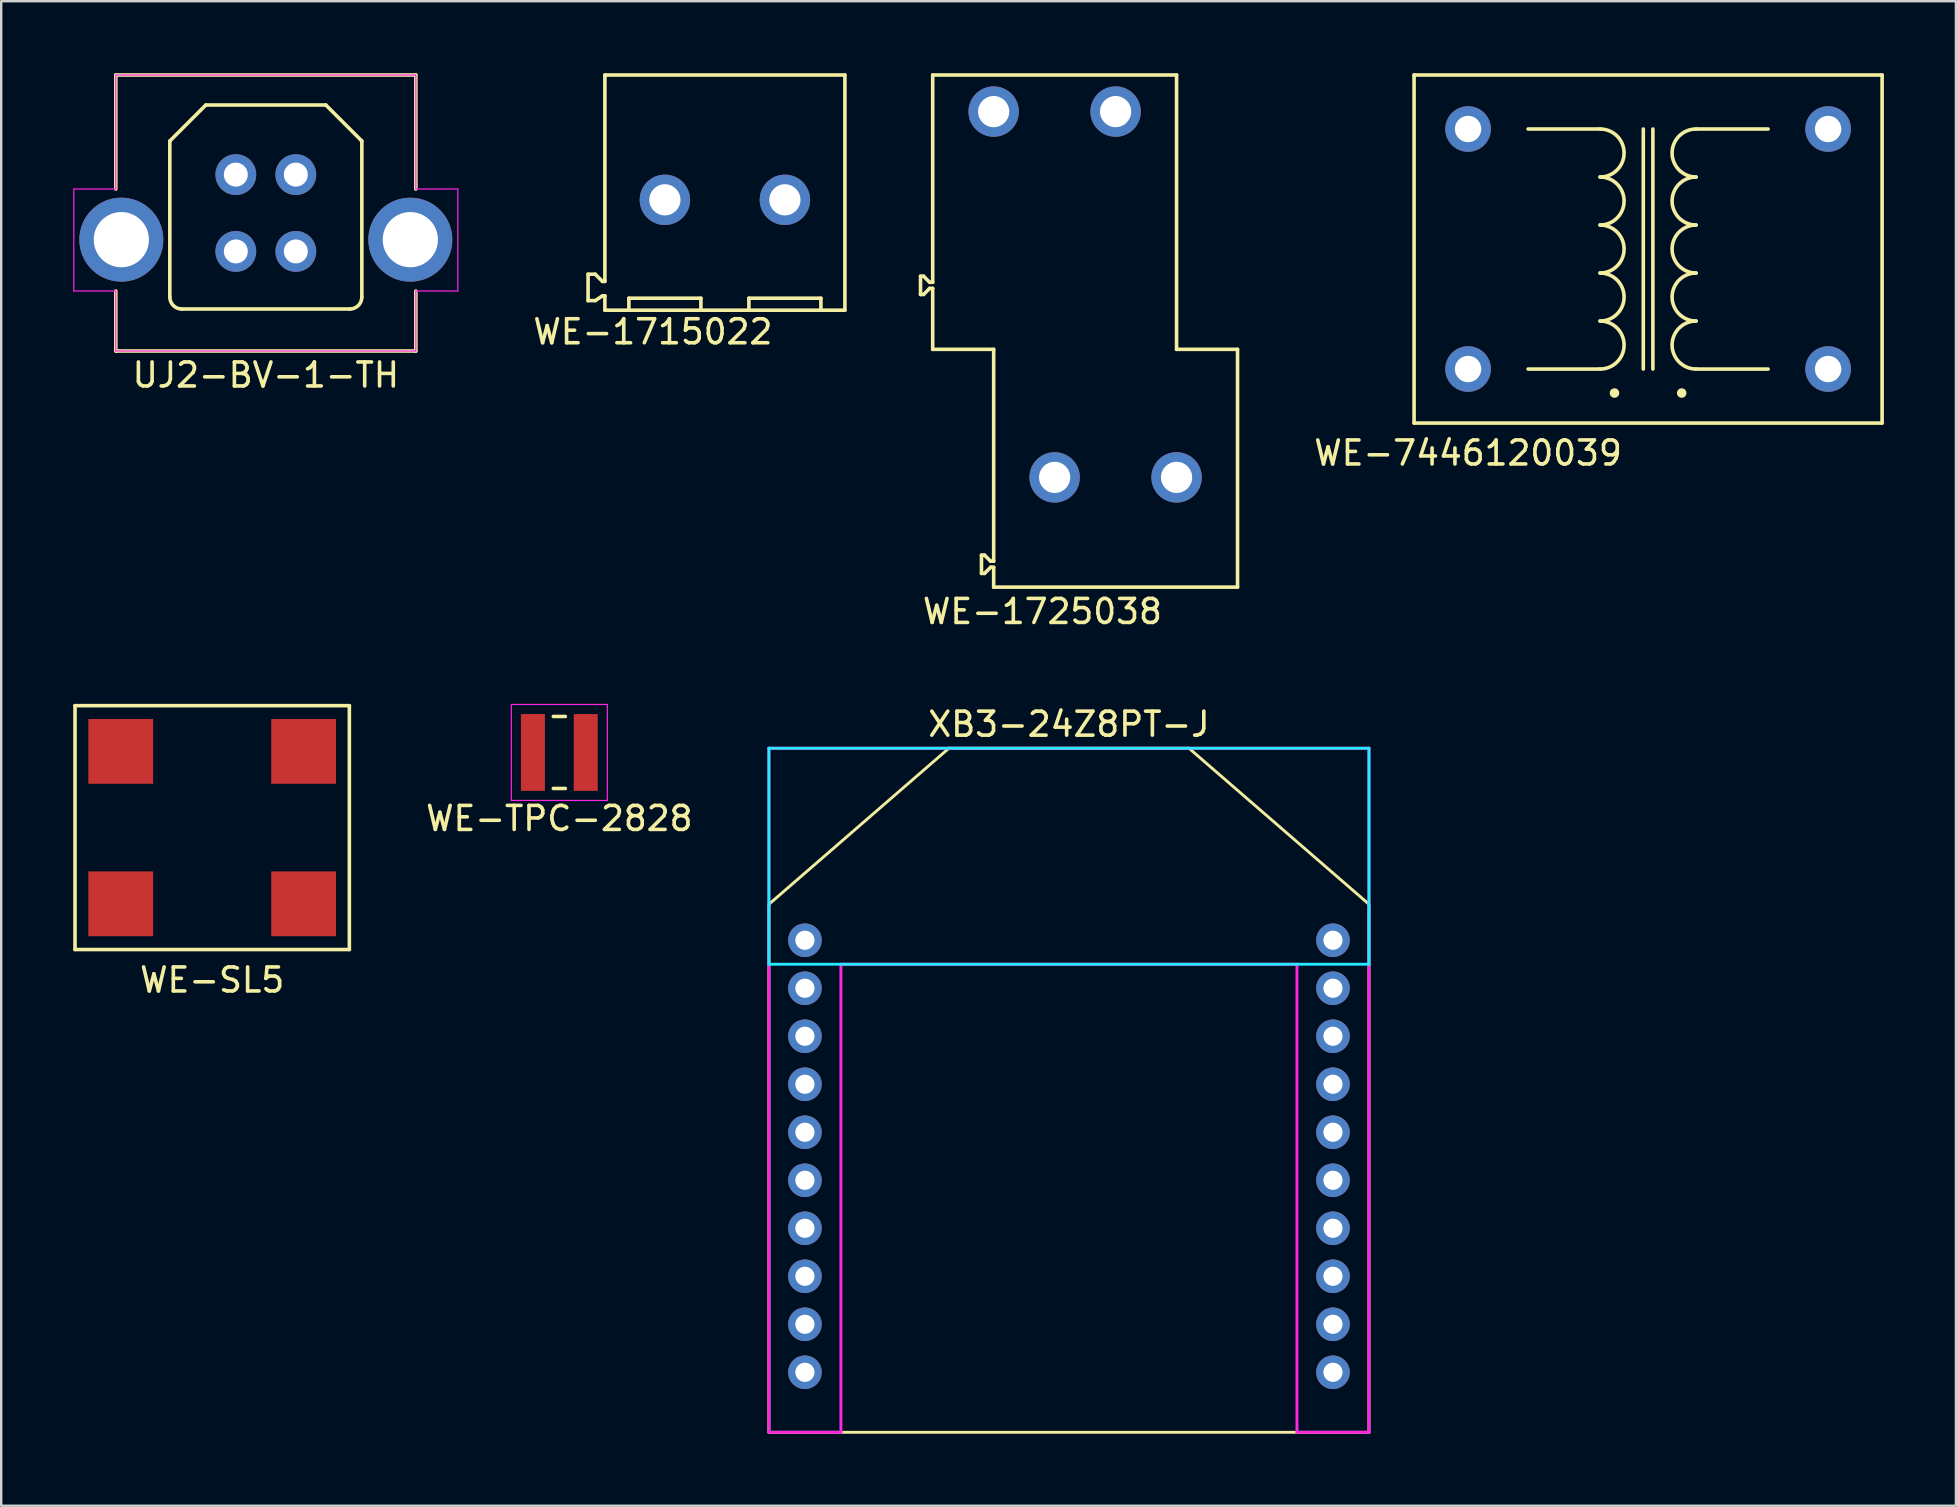
<source format=kicad_pcb>
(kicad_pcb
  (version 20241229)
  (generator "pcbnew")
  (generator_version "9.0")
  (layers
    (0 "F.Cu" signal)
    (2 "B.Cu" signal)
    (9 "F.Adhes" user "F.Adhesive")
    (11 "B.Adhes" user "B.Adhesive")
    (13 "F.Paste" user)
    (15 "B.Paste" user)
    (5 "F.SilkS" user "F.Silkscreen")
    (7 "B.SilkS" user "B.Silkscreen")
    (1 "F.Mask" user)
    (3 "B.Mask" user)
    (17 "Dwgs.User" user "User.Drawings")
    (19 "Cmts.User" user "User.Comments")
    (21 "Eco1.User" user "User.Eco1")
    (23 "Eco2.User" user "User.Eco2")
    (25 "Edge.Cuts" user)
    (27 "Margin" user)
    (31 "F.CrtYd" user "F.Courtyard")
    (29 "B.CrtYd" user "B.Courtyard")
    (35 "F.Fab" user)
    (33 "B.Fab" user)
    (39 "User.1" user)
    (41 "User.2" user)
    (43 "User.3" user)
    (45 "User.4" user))
  (footprint "UJ2-BV-1-TH"
    (layer "F.Cu")
    (at 8.025 5.825)
    (property "Reference" "UJ2-BV-1-TH" (at 0 6.75 0) (layer "F.SilkS") (effects (font (size 1 1) (thickness 0.15))))
    (attr through_hole)
    (fp_line (start -6.25 -5.75) (end 6.25 -5.75) (stroke (width 0.15) (type solid)) (layer "F.SilkS"))
    (fp_line (start -6.25 -1) (end -6.25 -5.75) (stroke (width 0.15) (type solid)) (layer "F.SilkS"))
    (fp_line (start -6.25 3.25) (end -6.25 5.75) (stroke (width 0.15) (type solid)) (layer "F.SilkS"))
    (fp_line (start -6.25 5.75) (end 6.25 5.75) (stroke (width 0.15) (type solid)) (layer "F.SilkS"))
    (fp_line (start -4 -3) (end -2.5 -4.5) (stroke (width 0.15) (type solid)) (layer "F.SilkS"))
    (fp_line (start -4 3.5) (end -4 -3) (stroke (width 0.15) (type solid)) (layer "F.SilkS"))
    (fp_line (start -2.5 -4.5) (end 2.5 -4.5) (stroke (width 0.15) (type solid)) (layer "F.SilkS"))
    (fp_line (start 2.5 -4.5) (end 4 -3) (stroke (width 0.15) (type solid)) (layer "F.SilkS"))
    (fp_line (start 3.5 4) (end -3.5 4) (stroke (width 0.15) (type solid)) (layer "F.SilkS"))
    (fp_line (start 4 -3) (end 4 3.5) (stroke (width 0.15) (type solid)) (layer "F.SilkS"))
    (fp_line (start 6.25 -5.75) (end 6.25 -1) (stroke (width 0.15) (type solid)) (layer "F.SilkS"))
    (fp_line (start 6.25 5.75) (end 6.25 3.25) (stroke (width 0.15) (type solid)) (layer "F.SilkS"))
    (fp_arc (start -3.5 4) (mid -3.853553 3.853553) (end -4 3.5) (stroke (width 0.15) (type solid)) (layer "F.SilkS"))
    (fp_arc (start 4 3.5) (mid 3.853553 3.853553) (end 3.5 4) (stroke (width 0.15) (type solid)) (layer "F.SilkS"))
    (fp_line (start -8 -1) (end -8 3.25) (stroke (width 0.05) (type solid)) (layer "F.CrtYd"))
    (fp_line (start -8 3.25) (end -6.25 3.25) (stroke (width 0.05) (type solid)) (layer "F.CrtYd"))
    (fp_line (start -6.25 -5.75) (end -6.25 -1) (stroke (width 0.05) (type solid)) (layer "F.CrtYd"))
    (fp_line (start -6.25 -1) (end -8 -1) (stroke (width 0.05) (type solid)) (layer "F.CrtYd"))
    (fp_line (start -6.25 3.25) (end -6.25 5.75) (stroke (width 0.05) (type solid)) (layer "F.CrtYd"))
    (fp_line (start -6.25 5.75) (end 6.25 5.75) (stroke (width 0.05) (type solid)) (layer "F.CrtYd"))
    (fp_line (start 6.25 -5.75) (end -6.25 -5.75) (stroke (width 0.05) (type solid)) (layer "F.CrtYd"))
    (fp_line (start 6.25 -1) (end 6.25 -5.75) (stroke (width 0.05) (type solid)) (layer "F.CrtYd"))
    (fp_line (start 6.25 3.25) (end 8 3.25) (stroke (width 0.05) (type solid)) (layer "F.CrtYd"))
    (fp_line (start 6.25 5.75) (end 6.25 3.25) (stroke (width 0.05) (type solid)) (layer "F.CrtYd"))
    (fp_line (start 8 -1) (end 6.25 -1) (stroke (width 0.05) (type solid)) (layer "F.CrtYd"))
    (fp_line (start 8 3.25) (end 8 -1) (stroke (width 0.05) (type solid)) (layer "F.CrtYd"))
    (pad "1" thru_hole circle (at 1.25 -1.6) (size 1.7 1.7) (drill 1) (layers "*.Cu" "*.Mask"))
    (pad "2" thru_hole circle (at -1.25 -1.6) (size 1.7 1.7) (drill 1) (layers "*.Cu" "*.Mask"))
    (pad "3" thru_hole circle (at -1.25 1.6) (size 1.7 1.7) (drill 1) (layers "*.Cu" "*.Mask"))
    (pad "4" thru_hole circle (at 1.25 1.6) (size 1.7 1.7) (drill 1) (layers "*.Cu" "*.Mask"))
    (pad "5" thru_hole circle (at -6.02 1.11) (size 3.5 3.5) (drill 2.3) (layers "*.Cu" "*.Mask"))
    (pad "5" thru_hole circle (at 6.02 1.11) (size 3.5 3.5) (drill 2.3) (layers "*.Cu" "*.Mask")))
  (footprint "WE-SL5"
    (layer "F.Cu")
    (at 5.79 31.43)
    (property "Reference" "WE-SL5" (at 0 6.35 0) (layer "F.SilkS") (effects (font (size 1 1) (thickness 0.15))))
    (attr through_hole)
    (fp_line (start -5.715 -5.08) (end 5.715 -5.08) (stroke (width 0.15) (type solid)) (layer "F.SilkS"))
    (fp_line (start -5.715 5.08) (end -5.715 -5.08) (stroke (width 0.15) (type solid)) (layer "F.SilkS"))
    (fp_line (start 5.715 -5.08) (end 5.715 5.08) (stroke (width 0.15) (type solid)) (layer "F.SilkS"))
    (fp_line (start 5.715 5.08) (end -5.715 5.08) (stroke (width 0.15) (type solid)) (layer "F.SilkS"))
    (pad "1" smd rect (at 3.81 -3.175) (size 2.7 2.7) (layers "F.Cu" "F.Mask" "F.Paste"))
    (pad "2" smd rect (at -3.81 -3.175) (size 2.7 2.7) (layers "F.Cu" "F.Mask" "F.Paste"))
    (pad "3" smd rect (at 3.81 3.175) (size 2.7 2.7) (layers "F.Cu" "F.Mask" "F.Paste"))
    (pad "4" smd rect (at -3.81 3.175) (size 2.7 2.7) (layers "F.Cu" "F.Mask" "F.Paste")))
  (footprint "WE-1725038"
    (layer "F.Cu")
    (at 38.349 1.599)
    (property "Reference" "WE-1725038" (at 2.032 20.828 0) (layer "F.SilkS") (effects (font (size 1 1) (thickness 0.15))))
    (attr through_hole)
    (fp_line (start -3.048 6.858) (end -3.048 7.62) (stroke (width 0.15) (type solid)) (layer "F.SilkS"))
    (fp_line (start -3.048 6.858) (end -2.921 6.858) (stroke (width 0.15) (type solid)) (layer "F.SilkS"))
    (fp_line (start -3.048 7.62) (end -2.921 7.62) (stroke (width 0.15) (type solid)) (layer "F.SilkS"))
    (fp_line (start -2.921 6.858) (end -2.667 7.112) (stroke (width 0.15) (type solid)) (layer "F.SilkS"))
    (fp_line (start -2.921 7.62) (end -2.667 7.366) (stroke (width 0.15) (type solid)) (layer "F.SilkS"))
    (fp_line (start -2.667 7.112) (end -2.54 7.112) (stroke (width 0.15) (type solid)) (layer "F.SilkS"))
    (fp_line (start -2.667 7.366) (end -2.54 7.366) (stroke (width 0.15) (type solid)) (layer "F.SilkS"))
    (fp_line (start -2.54 -1.524) (end 7.62 -1.524) (stroke (width 0.15) (type solid)) (layer "F.SilkS"))
    (fp_line (start -2.54 7.112) (end -2.54 -1.524) (stroke (width 0.15) (type solid)) (layer "F.SilkS"))
    (fp_line (start -2.54 9.906) (end -2.54 7.366) (stroke (width 0.15) (type solid)) (layer "F.SilkS"))
    (fp_line (start -2.54 9.906) (end 0 9.906) (stroke (width 0.15) (type solid)) (layer "F.SilkS"))
    (fp_line (start -0.508 18.479) (end -0.508 19.241) (stroke (width 0.15) (type solid)) (layer "F.SilkS"))
    (fp_line (start -0.508 18.479) (end -0.381 18.479) (stroke (width 0.15) (type solid)) (layer "F.SilkS"))
    (fp_line (start -0.508 19.241) (end -0.381 19.241) (stroke (width 0.15) (type solid)) (layer "F.SilkS"))
    (fp_line (start -0.381 18.479) (end -0.127 18.733) (stroke (width 0.15) (type solid)) (layer "F.SilkS"))
    (fp_line (start -0.381 19.241) (end -0.127 18.986) (stroke (width 0.15) (type solid)) (layer "F.SilkS"))
    (fp_line (start -0.127 18.733) (end 0 18.733) (stroke (width 0.15) (type solid)) (layer "F.SilkS"))
    (fp_line (start -0.127 18.986) (end 0 18.986) (stroke (width 0.15) (type solid)) (layer "F.SilkS"))
    (fp_line (start 0 9.906) (end 0 18.733) (stroke (width 0.15) (type solid)) (layer "F.SilkS"))
    (fp_line (start 0 18.986) (end 0 19.812) (stroke (width 0.15) (type solid)) (layer "F.SilkS"))
    (fp_line (start 0 19.812) (end 10.16 19.812) (stroke (width 0.15) (type solid)) (layer "F.SilkS"))
    (fp_line (start 7.62 -1.524) (end 7.62 9.906) (stroke (width 0.15) (type solid)) (layer "F.SilkS"))
    (fp_line (start 7.62 9.906) (end 10.16 9.906) (stroke (width 0.15) (type solid)) (layer "F.SilkS"))
    (fp_line (start 10.16 9.906) (end 10.16 19.812) (stroke (width 0.15) (type solid)) (layer "F.SilkS"))
    (pad "1" thru_hole circle (at 0 0) (size 2.1 2.1) (drill 1.3) (layers "*.Cu" "*.Mask"))
    (pad "2" thru_hole circle (at 2.54 15.24) (size 2.1 2.1) (drill 1.3) (layers "*.Cu" "*.Mask"))
    (pad "3" thru_hole circle (at 5.08 0) (size 2.1 2.1) (drill 1.3) (layers "*.Cu" "*.Mask"))
    (pad "4" thru_hole circle (at 7.62 15.24) (size 2.1 2.1) (drill 1.3) (layers "*.Cu" "*.Mask")))
  (footprint "XB3-24Z8PT-J"
    (layer "F.Cu")
    (at 41.485 45.123)
    (property "Reference" "XB3-24Z8PT-J" (at 0 -18 0) (layer "F.SilkS") (effects (font (size 1 1) (thickness 0.15))))
    (attr through_hole)
    (fp_line (start -12.5 -10.5) (end -12.5 11.5) (stroke (width 0.12) (type solid)) (layer "F.SilkS"))
    (fp_line (start -12.5 11.5) (end 12.5 11.5) (stroke (width 0.12) (type solid)) (layer "F.SilkS"))
    (fp_line (start -5 -17) (end -12.5 -10.5) (stroke (width 0.12) (type solid)) (layer "F.SilkS"))
    (fp_line (start 5 -17) (end -5 -17) (stroke (width 0.12) (type solid)) (layer "F.SilkS"))
    (fp_line (start 5 -17) (end 12.5 -10.5) (stroke (width 0.12) (type solid)) (layer "F.SilkS"))
    (fp_line (start 12.5 11.5) (end 12.5 -10.5) (stroke (width 0.12) (type solid)) (layer "F.SilkS"))
    (fp_line (start -12.5 -17) (end 12.5 -17) (stroke (width 0.12) (type solid)) (layer "B.CrtYd"))
    (fp_line (start -12.5 -8) (end -12.5 -17) (stroke (width 0.12) (type solid)) (layer "B.CrtYd"))
    (fp_line (start 12.5 -17) (end 12.5 -8) (stroke (width 0.12) (type solid)) (layer "B.CrtYd"))
    (fp_line (start 12.5 -8) (end -12.5 -8) (stroke (width 0.12) (type solid)) (layer "B.CrtYd"))
    (fp_line (start -12.5 -17) (end -12.5 11.5) (stroke (width 0.12) (type solid)) (layer "F.CrtYd"))
    (fp_line (start -12.5 11.5) (end -9.5 11.5) (stroke (width 0.12) (type solid)) (layer "F.CrtYd"))
    (fp_line (start -9.5 -8) (end 9.5 -8) (stroke (width 0.12) (type solid)) (layer "F.CrtYd"))
    (fp_line (start -9.5 11.5) (end -9.5 -8) (stroke (width 0.12) (type solid)) (layer "F.CrtYd"))
    (fp_line (start 9.5 11.5) (end 9.5 -8) (stroke (width 0.12) (type solid)) (layer "F.CrtYd"))
    (fp_line (start 12.5 -17) (end -12.5 -17) (stroke (width 0.12) (type solid)) (layer "F.CrtYd"))
    (fp_line (start 12.5 11.5) (end 9.5 11.5) (stroke (width 0.12) (type solid)) (layer "F.CrtYd"))
    (fp_line (start 12.5 11.5) (end 12.5 -17) (stroke (width 0.12) (type solid)) (layer "F.CrtYd"))
    (pad "1" thru_hole circle (at -11 -9) (size 1.4 1.4) (drill 0.8) (layers "*.Cu" "*.Mask"))
    (pad "2" thru_hole circle (at -11 -7) (size 1.4 1.4) (drill 0.8) (layers "*.Cu" "*.Mask"))
    (pad "3" thru_hole circle (at -11 -5) (size 1.4 1.4) (drill 0.8) (layers "*.Cu" "*.Mask"))
    (pad "4" thru_hole circle (at -11 -3) (size 1.4 1.4) (drill 0.8) (layers "*.Cu" "*.Mask"))
    (pad "5" thru_hole circle (at -11 -1) (size 1.4 1.4) (drill 0.8) (layers "*.Cu" "*.Mask"))
    (pad "6" thru_hole circle (at -11 1) (size 1.4 1.4) (drill 0.8) (layers "*.Cu" "*.Mask"))
    (pad "7" thru_hole circle (at -11 3) (size 1.4 1.4) (drill 0.8) (layers "*.Cu" "*.Mask"))
    (pad "8" thru_hole circle (at -11 5) (size 1.4 1.4) (drill 0.8) (layers "*.Cu" "*.Mask"))
    (pad "9" thru_hole circle (at -11 7) (size 1.4 1.4) (drill 0.8) (layers "*.Cu" "*.Mask"))
    (pad "10" thru_hole circle (at -11 9) (size 1.4 1.4) (drill 0.8) (layers "*.Cu" "*.Mask"))
    (pad "11" thru_hole circle (at 11 9) (size 1.4 1.4) (drill 0.8) (layers "*.Cu" "*.Mask"))
    (pad "12" thru_hole circle (at 11 7) (size 1.4 1.4) (drill 0.8) (layers "*.Cu" "*.Mask"))
    (pad "13" thru_hole circle (at 11 5) (size 1.4 1.4) (drill 0.8) (layers "*.Cu" "*.Mask"))
    (pad "14" thru_hole circle (at 11 3) (size 1.4 1.4) (drill 0.8) (layers "*.Cu" "*.Mask"))
    (pad "15" thru_hole circle (at 11 1) (size 1.4 1.4) (drill 0.8) (layers "*.Cu" "*.Mask"))
    (pad "16" thru_hole circle (at 11 -1) (size 1.4 1.4) (drill 0.8) (layers "*.Cu" "*.Mask"))
    (pad "17" thru_hole circle (at 11 -3) (size 1.4 1.4) (drill 0.8) (layers "*.Cu" "*.Mask"))
    (pad "18" thru_hole circle (at 11 -5) (size 1.4 1.4) (drill 0.8) (layers "*.Cu" "*.Mask"))
    (pad "19" thru_hole circle (at 11 -7) (size 1.4 1.4) (drill 0.8) (layers "*.Cu" "*.Mask"))
    (pad "20" thru_hole circle (at 11 -9) (size 1.4 1.4) (drill 0.8) (layers "*.Cu" "*.Mask")))
  (footprint "WE-TPC-2828"
    (layer "F.Cu")
    (at 20.253 28.3)
    (property "Reference" "WE-TPC-2828" (at 0 2.75 0) (layer "F.SilkS") (effects (font (size 1 1) (thickness 0.15))))
    (attr through_hole)
    (fp_line (start -0.25 -1.5) (end 0.25 -1.5) (stroke (width 0.15) (type solid)) (layer "F.SilkS"))
    (fp_line (start -0.25 1.5) (end 0.25 1.5) (stroke (width 0.15) (type solid)) (layer "F.SilkS"))
    (fp_line (start -2 -2) (end 2 -2) (stroke (width 0.05) (type solid)) (layer "F.CrtYd"))
    (fp_line (start -2 2) (end -2 -2) (stroke (width 0.05) (type solid)) (layer "F.CrtYd"))
    (fp_line (start 2 -2) (end 2 2) (stroke (width 0.05) (type solid)) (layer "F.CrtYd"))
    (fp_line (start 2 2) (end -2 2) (stroke (width 0.05) (type solid)) (layer "F.CrtYd"))
    (pad "1" smd rect (at -1.1 0) (size 1 3.2) (layers "F.Cu" "F.Mask" "F.Paste"))
    (pad "2" smd rect (at 1.1 0) (size 1 3.2) (layers "F.Cu" "F.Mask" "F.Paste")))
  (footprint "WE-1715022"
    (layer "F.Cu")
    (at 24.651 5.275)
    (property "Reference" "WE-1715022" (at -0.5 5.5 0) (layer "F.SilkS") (effects (font (size 1 1) (thickness 0.15))))
    (attr through_hole)
    (fp_line (start -3.2 3.1) (end -2.9 3.1) (stroke (width 0.15) (type solid)) (layer "F.SilkS"))
    (fp_line (start -3.2 4.2) (end -3.2 3.1) (stroke (width 0.15) (type solid)) (layer "F.SilkS"))
    (fp_line (start -2.9 3.1) (end -2.6 3.4) (stroke (width 0.15) (type solid)) (layer "F.SilkS"))
    (fp_line (start -2.9 4.2) (end -3.2 4.2) (stroke (width 0.15) (type solid)) (layer "F.SilkS"))
    (fp_line (start -2.6 3.4) (end -2.5 3.4) (stroke (width 0.15) (type solid)) (layer "F.SilkS"))
    (fp_line (start -2.6 4) (end -2.9 4.2) (stroke (width 0.15) (type solid)) (layer "F.SilkS"))
    (fp_line (start -2.6 4) (end -2.5 4) (stroke (width 0.15) (type solid)) (layer "F.SilkS"))
    (fp_line (start -2.5 -5.2) (end -2.5 3.4) (stroke (width 0.15) (type solid)) (layer "F.SilkS"))
    (fp_line (start -2.5 4) (end -2.5 4.6) (stroke (width 0.15) (type solid)) (layer "F.SilkS"))
    (fp_line (start -2.5 4.6) (end 7.5 4.6) (stroke (width 0.15) (type solid)) (layer "F.SilkS"))
    (fp_line (start -1.5 4.1) (end 1.5 4.1) (stroke (width 0.15) (type solid)) (layer "F.SilkS"))
    (fp_line (start -1.5 4.6) (end -1.5 4.1) (stroke (width 0.15) (type solid)) (layer "F.SilkS"))
    (fp_line (start 1.5 4.1) (end 1.5 4.6) (stroke (width 0.15) (type solid)) (layer "F.SilkS"))
    (fp_line (start 3.5 4.1) (end 3.5 4.6) (stroke (width 0.15) (type solid)) (layer "F.SilkS"))
    (fp_line (start 6.5 4.1) (end 3.5 4.1) (stroke (width 0.15) (type solid)) (layer "F.SilkS"))
    (fp_line (start 6.5 4.6) (end 6.5 4.1) (stroke (width 0.15) (type solid)) (layer "F.SilkS"))
    (fp_line (start 7.5 -5.2) (end -2.5 -5.2) (stroke (width 0.15) (type solid)) (layer "F.SilkS"))
    (fp_line (start 7.5 4.6) (end 7.5 -5.2) (stroke (width 0.15) (type solid)) (layer "F.SilkS"))
    (pad "1" thru_hole circle (at 0 0) (size 2.1 2.1) (drill 1.3) (layers "*.Cu" "*.Mask"))
    (pad "2" thru_hole circle (at 5 0) (size 2.1 2.1) (drill 1.3) (layers "*.Cu" "*.Mask")))
  (footprint "WE-7446120039"
    (layer "F.Cu")
    (at 65.614 7.325)
    (property "Reference" "WE-7446120039" (at -7.5 8.5 0) (layer "F.SilkS") (effects (font (size 1 1) (thickness 0.15))))
    (attr through_hole)
    (fp_line (start -9.75 7.25) (end -9.75 -7.25) (stroke (width 0.15) (type solid)) (layer "F.SilkS"))
    (fp_line (start -9.75 7.25) (end 9.75 7.25) (stroke (width 0.15) (type solid)) (layer "F.SilkS"))
    (fp_line (start -2 -5) (end -5 -5) (stroke (width 0.15) (type solid)) (layer "F.SilkS"))
    (fp_line (start -2 5) (end -5 5) (stroke (width 0.15) (type solid)) (layer "F.SilkS"))
    (fp_line (start -0.2 -5) (end -0.2 5) (stroke (width 0.15) (type solid)) (layer "F.SilkS"))
    (fp_line (start 0.2 5) (end 0.2 -5) (stroke (width 0.15) (type solid)) (layer "F.SilkS"))
    (fp_line (start 2 -5) (end 5 -5) (stroke (width 0.15) (type solid)) (layer "F.SilkS"))
    (fp_line (start 2 5) (end 5 5) (stroke (width 0.15) (type solid)) (layer "F.SilkS"))
    (fp_line (start 9.75 -7.25) (end -9.75 -7.25) (stroke (width 0.15) (type solid)) (layer "F.SilkS"))
    (fp_line (start 9.75 -7.25) (end 9.75 7.25) (stroke (width 0.15) (type solid)) (layer "F.SilkS"))
    (fp_arc (start -2 -5) (mid -1 -4) (end -2 -3) (stroke (width 0.15) (type solid)) (layer "F.SilkS"))
    (fp_arc (start -2 -3) (mid -1 -2) (end -2 -1) (stroke (width 0.15) (type solid)) (layer "F.SilkS"))
    (fp_arc (start -2 -1) (mid -1 0) (end -2 1) (stroke (width 0.15) (type solid)) (layer "F.SilkS"))
    (fp_arc (start -2 1) (mid -1 2) (end -2 3) (stroke (width 0.15) (type solid)) (layer "F.SilkS"))
    (fp_arc (start -2 3) (mid -1 4) (end -2 5) (stroke (width 0.15) (type solid)) (layer "F.SilkS"))
    (fp_arc (start 2 -3) (mid 1 -4) (end 2 -5) (stroke (width 0.15) (type solid)) (layer "F.SilkS"))
    (fp_arc (start 2 -1) (mid 1 -2) (end 2 -3) (stroke (width 0.15) (type solid)) (layer "F.SilkS"))
    (fp_arc (start 2 1) (mid 1 0) (end 2 -1) (stroke (width 0.15) (type solid)) (layer "F.SilkS"))
    (fp_arc (start 2 3) (mid 1 2) (end 2 1) (stroke (width 0.15) (type solid)) (layer "F.SilkS"))
    (fp_arc (start 2 5) (mid 1 4) (end 2 3) (stroke (width 0.15) (type solid)) (layer "F.SilkS"))
    (fp_circle (center -1.4 6) (end -1.4 5.9) (stroke (width 0.2) (type solid)) (fill no) (layer "F.SilkS"))
    (fp_circle (center 1.4 6) (end 1.4 5.9) (stroke (width 0.2) (type solid)) (fill no) (layer "F.SilkS"))
    (pad "1" thru_hole circle (at -7.5 5) (size 1.9 1.9) (drill 1.1) (layers "*.Cu" "*.Mask"))
    (pad "2" thru_hole circle (at -7.5 -5) (size 1.9 1.9) (drill 1.1) (layers "*.Cu" "*.Mask"))
    (pad "3" thru_hole circle (at 7.5 -5) (size 1.9 1.9) (drill 1.1) (layers "*.Cu" "*.Mask"))
    (pad "4" thru_hole circle (at 7.5 5) (size 1.9 1.9) (drill 1.1) (layers "*.Cu" "*.Mask")))
  (gr_rect
    (start -3 -3)
    (end 78.439 59.684)
    (stroke (width 0.1) (type default))
    (fill no)
    (layer "Edge.Cuts")))
</source>
